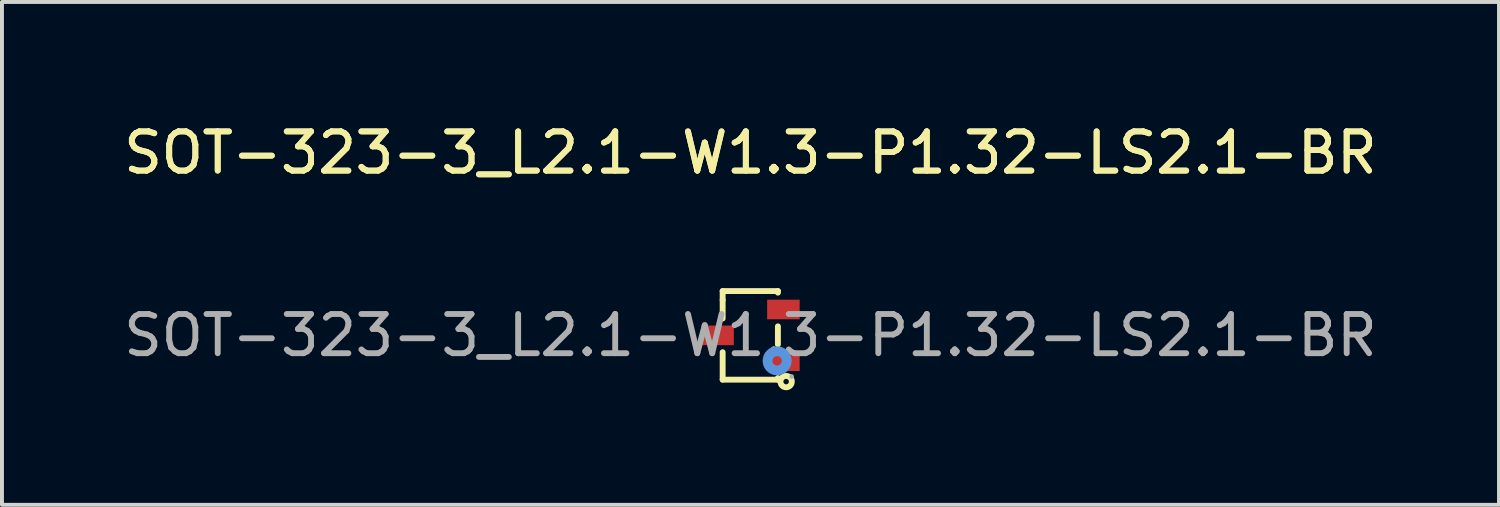
<source format=kicad_pcb>
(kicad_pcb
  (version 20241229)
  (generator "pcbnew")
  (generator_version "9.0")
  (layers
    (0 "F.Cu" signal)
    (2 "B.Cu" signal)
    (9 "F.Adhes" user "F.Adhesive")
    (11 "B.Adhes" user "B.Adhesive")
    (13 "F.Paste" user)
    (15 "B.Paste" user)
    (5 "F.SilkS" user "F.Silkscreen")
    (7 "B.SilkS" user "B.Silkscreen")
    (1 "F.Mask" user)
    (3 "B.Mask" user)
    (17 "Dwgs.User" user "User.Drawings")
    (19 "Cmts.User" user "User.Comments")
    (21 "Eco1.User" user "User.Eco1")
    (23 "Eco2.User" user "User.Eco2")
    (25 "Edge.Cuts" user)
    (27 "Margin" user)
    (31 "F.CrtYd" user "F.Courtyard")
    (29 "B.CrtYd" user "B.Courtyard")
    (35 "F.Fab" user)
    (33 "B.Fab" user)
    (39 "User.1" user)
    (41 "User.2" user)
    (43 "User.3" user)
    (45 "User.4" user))
  (footprint "SOT-323-3_L2.1-W1.3-P1.32-LS2.1-BR"
    (layer "F.Cu")
    (at 16.101 5.508)
    (property "Reference" "SOT-323-3_L2.1-W1.3-P1.32-LS2.1-BR" (at 0 -4.66 0) (layer "F.SilkS") (effects (font (size 1 1) (thickness 0.15))))
    (attr through_hole)
    (fp_line (start -0.71 -1.13) (end -0.71 -0.9) (stroke (width 0.15) (type solid)) (layer "F.SilkS"))
    (fp_line (start -0.71 -0.43) (end -0.71 -0.9) (stroke (width 0.15) (type solid)) (layer "F.SilkS"))
    (fp_line (start -0.71 1.13) (end -0.71 0.43) (stroke (width 0.15) (type solid)) (layer "F.SilkS"))
    (fp_line (start 0.7 -1.13) (end -0.71 -1.13) (stroke (width 0.15) (type solid)) (layer "F.SilkS"))
    (fp_line (start 0.7 -1.13) (end 0.7 -1.09) (stroke (width 0.15) (type solid)) (layer "F.SilkS"))
    (fp_line (start 0.7 -0.23) (end 0.7 0.23) (stroke (width 0.15) (type solid)) (layer "F.SilkS"))
    (fp_line (start 0.7 1.09) (end 0.7 1.13) (stroke (width 0.15) (type solid)) (layer "F.SilkS"))
    (fp_line (start 0.7 1.13) (end -0.71 1.13) (stroke (width 0.15) (type solid)) (layer "F.SilkS"))
    (fp_circle (center 0.91 1.18) (end 0.98 1.18) (stroke (width 0.15) (type solid)) (fill no) (layer "F.SilkS"))
    (fp_circle (center 0.68 0.65) (end 0.8 0.65) (stroke (width 0.25) (type solid)) (fill no) (layer "Cmts.User"))
    (fp_circle (center 1.05 1.05) (end 1.08 1.05) (stroke (width 0.06) (type solid)) (fill no) (layer "F.Fab"))
    (fp_text user "${REFERENCE}" (at 0 -4.66 0) (layer "F.SilkS") (effects (font (size 1 1) (thickness 0.15))))
    (fp_text user "${REFERENCE}" (at 0 0 0) (layer "F.Fab") (effects (font (size 1 1) (thickness 0.15))))
    (pad "1" smd rect (at 0.84 0.66 90) (size 0.5 0.83) (layers "F.Cu" "F.Mask" "F.Paste"))
    (pad "2" smd rect (at 0.84 -0.66 90) (size 0.5 0.83) (layers "F.Cu" "F.Mask" "F.Paste"))
    (pad "3" smd rect (at -0.84 0 90) (size 0.5 0.83) (layers "F.Cu" "F.Mask" "F.Paste")))
  (gr_rect
    (start -3 -3)
    (end 35.202 9.833)
    (stroke (width 0.1) (type default))
    (fill no)
    (layer "Edge.Cuts")))
</source>
